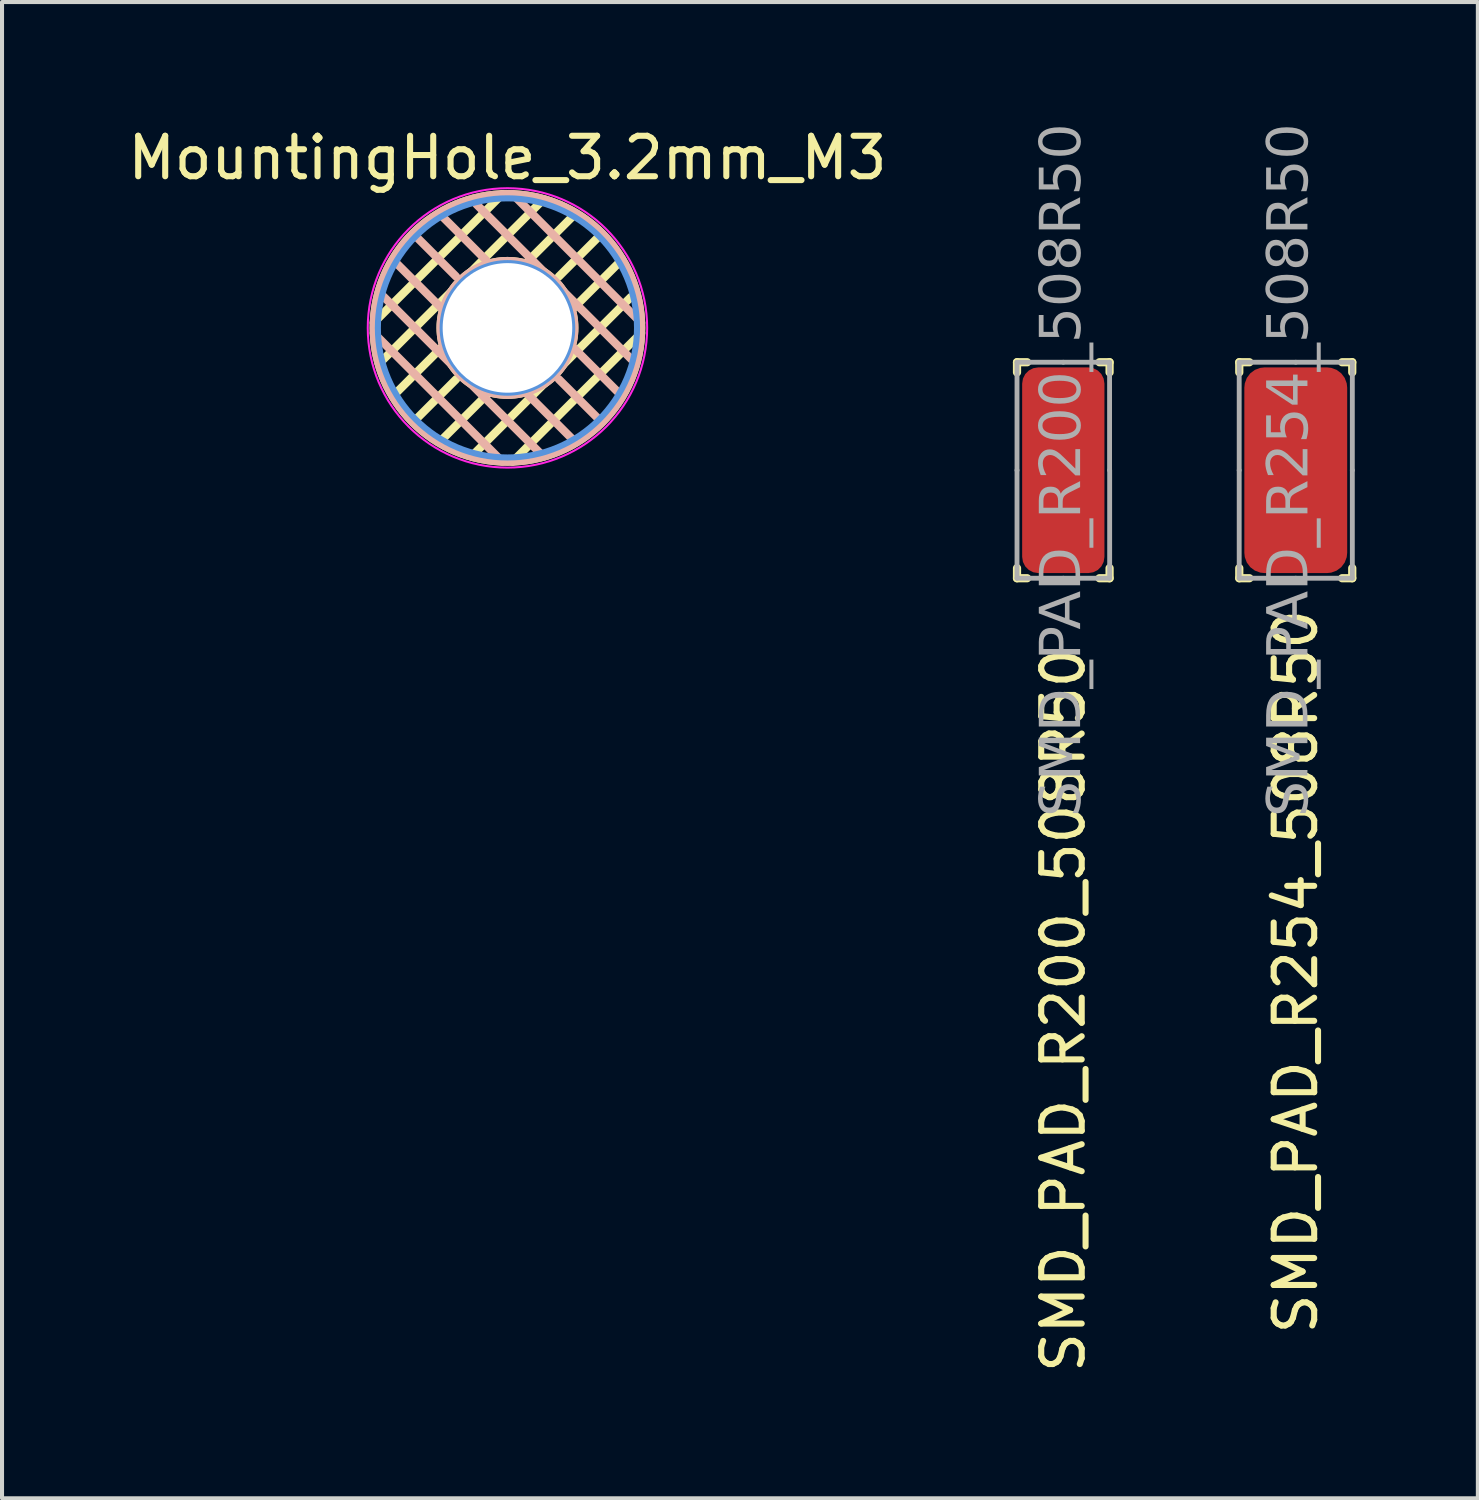
<source format=kicad_pcb>
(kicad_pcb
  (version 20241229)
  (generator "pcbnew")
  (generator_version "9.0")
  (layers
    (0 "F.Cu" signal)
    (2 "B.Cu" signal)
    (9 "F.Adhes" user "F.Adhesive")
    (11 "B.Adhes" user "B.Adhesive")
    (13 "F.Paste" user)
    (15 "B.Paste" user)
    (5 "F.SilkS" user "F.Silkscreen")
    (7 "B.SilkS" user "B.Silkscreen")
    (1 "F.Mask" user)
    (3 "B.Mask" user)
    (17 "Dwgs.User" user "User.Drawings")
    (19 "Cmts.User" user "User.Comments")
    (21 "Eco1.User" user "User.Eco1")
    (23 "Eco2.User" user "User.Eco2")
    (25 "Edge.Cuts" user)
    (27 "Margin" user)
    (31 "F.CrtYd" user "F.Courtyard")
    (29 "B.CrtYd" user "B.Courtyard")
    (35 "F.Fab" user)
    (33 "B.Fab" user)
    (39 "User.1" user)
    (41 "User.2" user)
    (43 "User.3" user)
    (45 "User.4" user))
  (footprint "MountingHole_3.2mm_M3"
    (layer "F.Cu")
    (at 9.482 5.048)
    (property "Reference" "MountingHole_3.2mm_M3" (at 0 -4.2 0) (layer "F.SilkS") (effects (font (size 1 1) (thickness 0.15))))
    (attr board_only exclude_from_pos_files exclude_from_bom)
    (fp_line (start -3.302 -0.127) (end -0.127 -3.302) (stroke (width 0.203) (type default)) (layer "F.SilkS"))
    (fp_line (start -3.175 0.889) (end 0.889 -3.175) (stroke (width 0.203) (type default)) (layer "F.SilkS"))
    (fp_line (start -2.794 1.651) (end -1.651 0.508) (stroke (width 0.203) (type default)) (layer "F.SilkS"))
    (fp_line (start -2.286 2.286) (end -1.27 1.27) (stroke (width 0.203) (type default)) (layer "F.SilkS"))
    (fp_line (start -1.651 2.794) (end -0.508 1.651) (stroke (width 0.203) (type default)) (layer "F.SilkS"))
    (fp_line (start -0.889 3.175) (end 3.048 -0.762) (stroke (width 0.203) (type default)) (layer "F.SilkS"))
    (fp_line (start 0.127 3.302) (end 3.302 0.127) (stroke (width 0.203) (type default)) (layer "F.SilkS"))
    (fp_line (start 1.651 -2.794) (end 0.508 -1.651) (stroke (width 0.203) (type default)) (layer "F.SilkS"))
    (fp_line (start 2.286 -2.286) (end 1.27 -1.27) (stroke (width 0.203) (type default)) (layer "F.SilkS"))
    (fp_line (start 2.794 -1.651) (end 1.651 -0.508) (stroke (width 0.203) (type default)) (layer "F.SilkS"))
    (fp_circle (center 0 0) (end 1.651 0) (stroke (width 0.203) (type default)) (fill no) (layer "F.SilkS"))
    (fp_circle (center 0 0) (end 3.302 0) (stroke (width 0.203) (type default)) (fill no) (layer "F.SilkS"))
    (fp_line (start -2.794 -1.651) (end -1.651 -0.508) (stroke (width 0.203) (type default)) (layer "B.SilkS"))
    (fp_line (start -2.286 -2.286) (end -1.27 -1.27) (stroke (width 0.203) (type default)) (layer "B.SilkS"))
    (fp_line (start -1.651 -2.794) (end -0.508 -1.651) (stroke (width 0.203) (type default)) (layer "B.SilkS"))
    (fp_line (start -0.127 3.302) (end -3.302 0.127) (stroke (width 0.203) (type default)) (layer "B.SilkS"))
    (fp_line (start 0.889 3.175) (end -3.175 -0.889) (stroke (width 0.203) (type default)) (layer "B.SilkS"))
    (fp_line (start 1.651 2.794) (end 0.508 1.651) (stroke (width 0.203) (type default)) (layer "B.SilkS"))
    (fp_line (start 2.286 2.286) (end 1.27 1.27) (stroke (width 0.203) (type default)) (layer "B.SilkS"))
    (fp_line (start 2.794 1.651) (end 1.651 0.508) (stroke (width 0.203) (type default)) (layer "B.SilkS"))
    (fp_line (start 3.175 0.889) (end -0.762 -3.048) (stroke (width 0.203) (type default)) (layer "B.SilkS"))
    (fp_line (start 3.302 -0.127) (end 0.127 -3.302) (stroke (width 0.203) (type default)) (layer "B.SilkS"))
    (fp_circle (center 0 0) (end 0 -3.302) (stroke (width 0.203) (type default)) (fill no) (layer "B.SilkS"))
    (fp_circle (center 0 0) (end 0 -1.651) (stroke (width 0.203) (type default)) (fill no) (layer "B.SilkS"))
    (fp_circle (center 0 0) (end 1.6 0) (stroke (width 0.15) (type solid)) (fill no) (layer "Cmts.User"))
    (fp_circle (center 0 0) (end 3.2 0) (stroke (width 0.15) (type solid)) (fill no) (layer "Cmts.User"))
    (fp_circle (center 0 0) (end 3.45 0) (stroke (width 0.05) (type solid)) (fill no) (layer "F.CrtYd"))
    (pad "" np_thru_hole circle (at 0 0 90) (size 3.2 3.2) (drill 3.2) (layers "*.Cu" "*.SilkS" "*.Mask")))
  (footprint "SMD_PAD_R200_508R50"
    (layer "F.Cu")
    (at 23.209 8.563)
    (property "Reference" "SMD_PAD_R200_508R50" (at 0 13.335 90) (layer "F.SilkS") (effects (font (size 1 1) (thickness 0.15))))
    (attr smd exclude_from_pos_files exclude_from_bom allow_missing_courtyard)
    (fp_line (start -1.143 -2.417) (end -1.143 -2.667) (stroke (width 0.203) (type solid)) (layer "F.SilkS"))
    (fp_line (start -1.143 2.417) (end -1.143 2.667) (stroke (width 0.203) (type solid)) (layer "F.SilkS"))
    (fp_line (start -0.893 -2.667) (end -1.143 -2.667) (stroke (width 0.203) (type solid)) (layer "F.SilkS"))
    (fp_line (start -0.893 2.667) (end -1.143 2.667) (stroke (width 0.203) (type solid)) (layer "F.SilkS"))
    (fp_line (start 0.893 -2.667) (end 1.143 -2.667) (stroke (width 0.203) (type solid)) (layer "F.SilkS"))
    (fp_line (start 0.893 2.667) (end 1.143 2.667) (stroke (width 0.203) (type solid)) (layer "F.SilkS"))
    (fp_line (start 1.143 -2.417) (end 1.143 -2.667) (stroke (width 0.203) (type solid)) (layer "F.SilkS"))
    (fp_line (start 1.143 2.417) (end 1.143 2.667) (stroke (width 0.203) (type solid)) (layer "F.SilkS"))
    (fp_line (start -1.143 -2.667) (end -1.143 0) (stroke (width 0.12) (type solid)) (layer "F.Fab"))
    (fp_line (start -1.143 -2.667) (end 0 -2.667) (stroke (width 0.12) (type solid)) (layer "F.Fab"))
    (fp_line (start -1.143 2.667) (end -1.143 0) (stroke (width 0.12) (type solid)) (layer "F.Fab"))
    (fp_line (start -1.143 2.667) (end 0 2.667) (stroke (width 0.12) (type solid)) (layer "F.Fab"))
    (fp_line (start 1.143 -2.667) (end 0 -2.667) (stroke (width 0.12) (type solid)) (layer "F.Fab"))
    (fp_line (start 1.143 -2.667) (end 1.143 0) (stroke (width 0.12) (type solid)) (layer "F.Fab"))
    (fp_line (start 1.143 2.667) (end 0 2.667) (stroke (width 0.12) (type solid)) (layer "F.Fab"))
    (fp_line (start 1.145 2.667) (end 1.145 0) (stroke (width 0.12) (type solid)) (layer "F.Fab"))
    (fp_text user "${REFERENCE}" (at 0 0 90) (layer "F.Fab") (effects (font (face "Tahoma") (size 1 1) (thickness 0.15))))
    (pad "1" smd roundrect (at 0 0 180) (size 2.032 5.08) (property pad_prop_testpoint) (layers "F.Cu" "F.Mask") (roundrect_rratio 0.197)))
  (footprint "SMD_PAD_R254_508R50"
    (layer "F.Cu")
    (at 28.95 8.563)
    (property "Reference" "SMD_PAD_R254_508R50" (at 0 12.383 90) (layer "F.SilkS") (effects (font (size 1 1) (thickness 0.15))))
    (attr smd exclude_from_pos_files exclude_from_bom allow_missing_courtyard)
    (fp_line (start -1.395 -2.417) (end -1.395 -2.667) (stroke (width 0.203) (type solid)) (layer "F.SilkS"))
    (fp_line (start -1.395 2.417) (end -1.395 2.667) (stroke (width 0.203) (type solid)) (layer "F.SilkS"))
    (fp_line (start -1.145 -2.667) (end -1.395 -2.667) (stroke (width 0.203) (type solid)) (layer "F.SilkS"))
    (fp_line (start -1.145 2.667) (end -1.395 2.667) (stroke (width 0.203) (type solid)) (layer "F.SilkS"))
    (fp_line (start 1.145 -2.667) (end 1.395 -2.667) (stroke (width 0.203) (type solid)) (layer "F.SilkS"))
    (fp_line (start 1.145 2.667) (end 1.395 2.667) (stroke (width 0.203) (type solid)) (layer "F.SilkS"))
    (fp_line (start 1.395 -2.417) (end 1.395 -2.667) (stroke (width 0.203) (type solid)) (layer "F.SilkS"))
    (fp_line (start 1.395 2.417) (end 1.395 2.667) (stroke (width 0.203) (type solid)) (layer "F.SilkS"))
    (fp_line (start -1.397 -2.667) (end -1.397 0) (stroke (width 0.12) (type solid)) (layer "F.Fab"))
    (fp_line (start -1.397 -2.667) (end 0 -2.667) (stroke (width 0.12) (type solid)) (layer "F.Fab"))
    (fp_line (start -1.397 2.667) (end -1.397 0) (stroke (width 0.12) (type solid)) (layer "F.Fab"))
    (fp_line (start -1.397 2.667) (end 0 2.667) (stroke (width 0.12) (type solid)) (layer "F.Fab"))
    (fp_line (start 1.397 -2.667) (end 0 -2.667) (stroke (width 0.12) (type solid)) (layer "F.Fab"))
    (fp_line (start 1.397 -2.667) (end 1.397 0) (stroke (width 0.12) (type solid)) (layer "F.Fab"))
    (fp_line (start 1.397 2.667) (end 0 2.667) (stroke (width 0.12) (type solid)) (layer "F.Fab"))
    (fp_line (start 1.397 2.667) (end 1.397 0) (stroke (width 0.12) (type solid)) (layer "F.Fab"))
    (fp_text user "${REFERENCE}" (at -0.127 0 90) (layer "F.Fab") (effects (font (face "Tahoma") (size 1 1) (thickness 0.15))))
    (pad "1" smd roundrect (at 0 0 180) (size 2.54 5.08) (property pad_prop_testpoint) (layers "F.Cu" "F.Mask") (roundrect_rratio 0.197)))
  (gr_rect
    (start -3 -3)
    (end 33.447 33.951)
    (stroke (width 0.1) (type default))
    (fill no)
    (layer "Edge.Cuts")))
</source>
